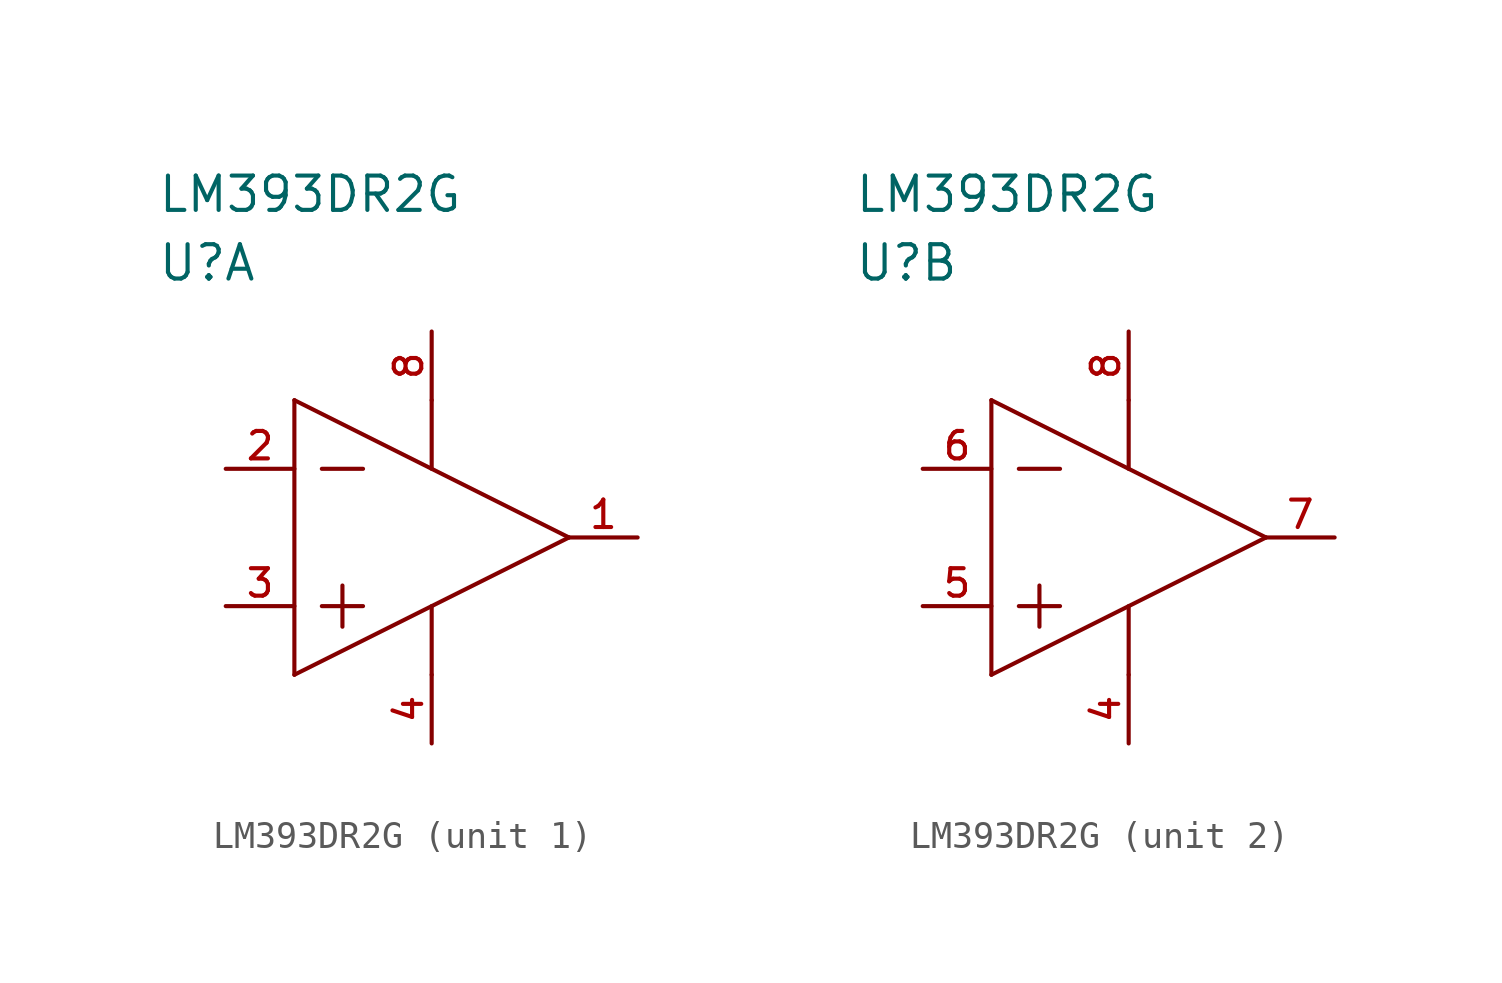
<source format=kicad_sym>
(kicad_symbol_lib
  (version 20211014)
  (generator kicad_symbol_editor)
  (symbol "LM393DR2G"
    (pin_names
      (offset 1.016))
    (property "Reference" "U"
      (at 0 7.62 0)
      (effects (font (size 1.27 1.27)) (justify left)))
    (property "Value" "LM393DR2G"
      (at 0 10.16 0)
      (effects (font (size 1.27 1.27)) (justify left)))
    (property "ki_locked" ""
      (at 0 0 0)
      (effects (font (size 1.27 1.27))))
    (symbol "LM393DR2G_1_1"
      (polyline (pts (xy 5.08 -7.62) (xy 15.24 -2.54)) (stroke (width 0) (type default) (color 0 0 0 0)) (fill (type none)))
      (polyline (pts (xy 5.08 2.54) (xy 5.08 -7.62)) (stroke (width 0) (type default) (color 0 0 0 0)) (fill (type none)))
      (polyline (pts (xy 5.08 2.54) (xy 15.24 -2.54)) (stroke (width 0) (type default) (color 0 0 0 0)) (fill (type none)))
      (polyline (pts (xy 6.096 -5.08) (xy 7.62 -5.08)) (stroke (width 0) (type default) (color 0 0 0 0)) (fill (type none)))
      (polyline (pts (xy 6.096 0) (xy 7.62 0)) (stroke (width 0) (type default) (color 0 0 0 0)) (fill (type none)))
      (polyline (pts (xy 6.858 -4.318) (xy 6.858 -5.842)) (stroke (width 0) (type default) (color 0 0 0 0)) (fill (type none)))
      (polyline (pts (xy 10.16 -5.08) (xy 10.16 -7.62)) (stroke (width 0) (type default) (color 0 0 0 0)) (fill (type none)))
      (polyline (pts (xy 10.16 2.54) (xy 10.16 0)) (stroke (width 0) (type default) (color 0 0 0 0)) (fill (type none)))
      (pin open_collector line (at 17.78 -2.54 180) (length 2.54) (name "OUTA" (effects (font (size 0 0)))) (number "1" (effects (font (size 1.016 1.016)))))
      (pin input line (at 2.54 0 0) (length 2.54) (name "INA-" (effects (font (size 0 0)))) (number "2" (effects (font (size 1.016 1.016)))))
      (pin input line (at 2.54 -5.08 0) (length 2.54) (name "INA+" (effects (font (size 0 0)))) (number "3" (effects (font (size 1.016 1.016)))))
      (pin power_in line (at 10.16 -10.16 90) (length 2.54) (name "GND" (effects (font (size 0 0)))) (number "4" (effects (font (size 1.016 1.016)))))
      (pin power_in line (at 10.16 5.08 270) (length 2.54) (name "VCC" (effects (font (size 0 0)))) (number "8" (effects (font (size 1.016 1.016))))))
    (symbol "LM393DR2G_2_1"
      (polyline (pts (xy 5.08 -7.62) (xy 15.24 -2.54)) (stroke (width 0) (type default) (color 0 0 0 0)) (fill (type none)))
      (polyline (pts (xy 5.08 2.54) (xy 5.08 -7.62)) (stroke (width 0) (type default) (color 0 0 0 0)) (fill (type none)))
      (polyline (pts (xy 5.08 2.54) (xy 15.24 -2.54)) (stroke (width 0) (type default) (color 0 0 0 0)) (fill (type none)))
      (polyline (pts (xy 6.096 -5.08) (xy 7.62 -5.08)) (stroke (width 0) (type default) (color 0 0 0 0)) (fill (type none)))
      (polyline (pts (xy 6.096 0) (xy 7.62 0)) (stroke (width 0) (type default) (color 0 0 0 0)) (fill (type none)))
      (polyline (pts (xy 6.858 -4.318) (xy 6.858 -5.842)) (stroke (width 0) (type default) (color 0 0 0 0)) (fill (type none)))
      (polyline (pts (xy 10.16 -5.08) (xy 10.16 -7.62)) (stroke (width 0) (type default) (color 0 0 0 0)) (fill (type none)))
      (polyline (pts (xy 10.16 2.54) (xy 10.16 0)) (stroke (width 0) (type default) (color 0 0 0 0)) (fill (type none)))
      (pin power_in line (at 10.16 -10.16 90) (length 2.54) (name "GND" (effects (font (size 0 0)))) (number "4" (effects (font (size 1.016 1.016)))))
      (pin input line (at 2.54 -5.08 0) (length 2.54) (name "INB+" (effects (font (size 0 0)))) (number "5" (effects (font (size 1.016 1.016)))))
      (pin input line (at 2.54 0 0) (length 2.54) (name "INB-" (effects (font (size 0 0)))) (number "6" (effects (font (size 1.016 1.016)))))
      (pin open_collector line (at 17.78 -2.54 180) (length 2.54) (name "OUTB" (effects (font (size 0 0)))) (number "7" (effects (font (size 1.016 1.016)))))
      (pin power_in line (at 10.16 5.08 270) (length 2.54) (name "VCC" (effects (font (size 0 0)))) (number "8" (effects (font (size 1.016 1.016))))))))
</source>
